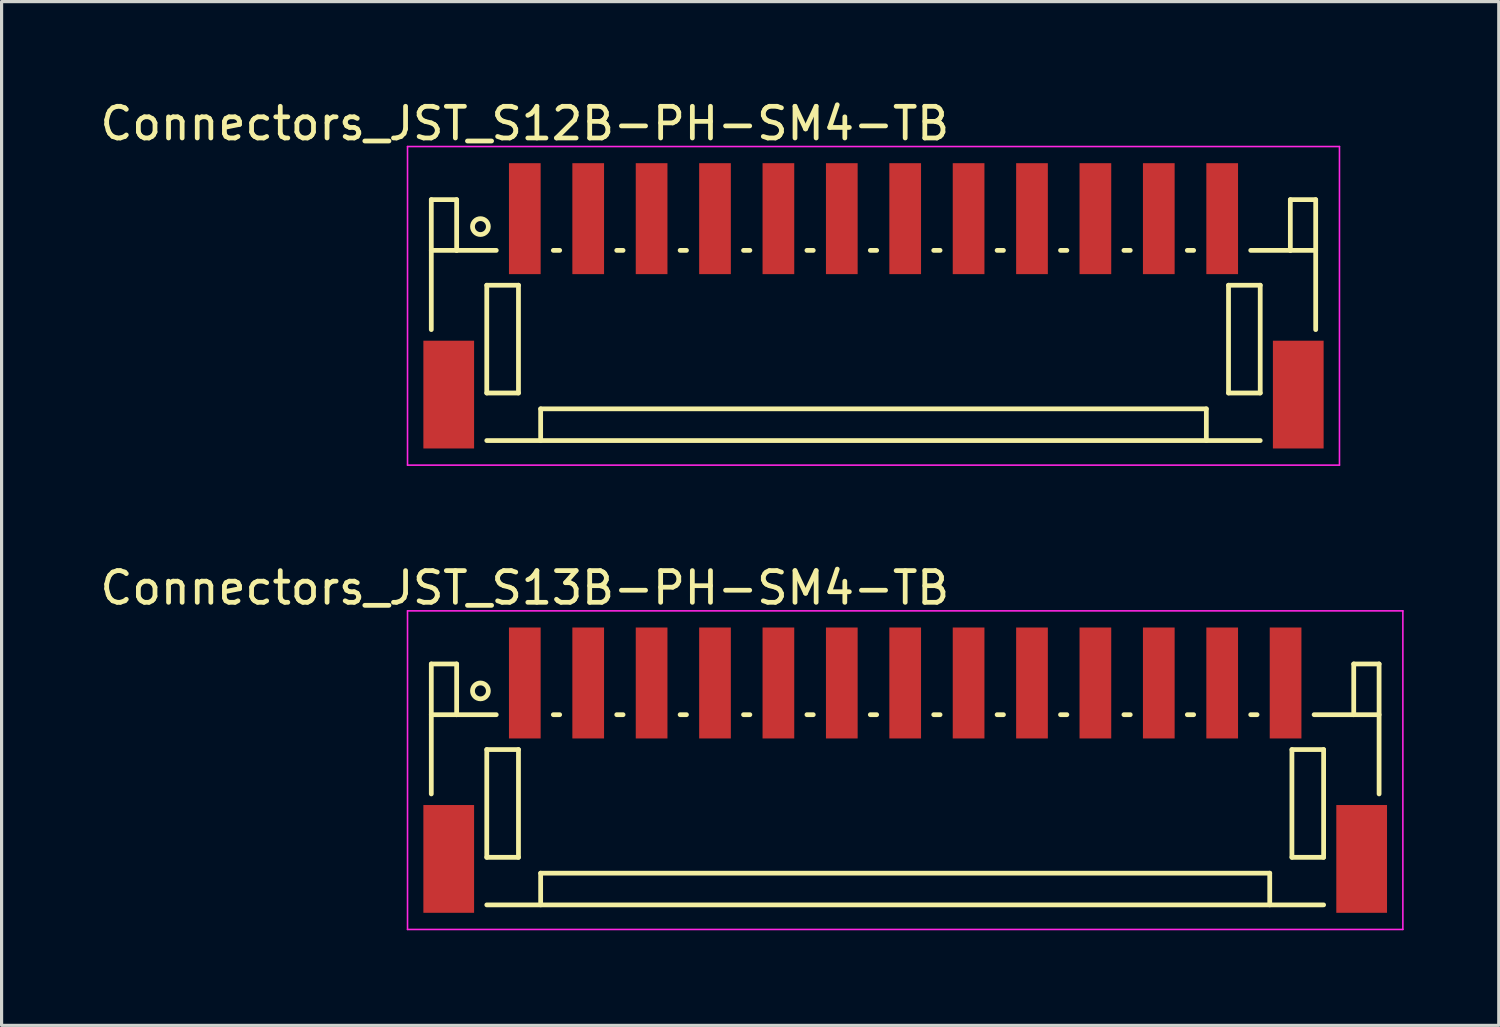
<source format=kicad_pcb>
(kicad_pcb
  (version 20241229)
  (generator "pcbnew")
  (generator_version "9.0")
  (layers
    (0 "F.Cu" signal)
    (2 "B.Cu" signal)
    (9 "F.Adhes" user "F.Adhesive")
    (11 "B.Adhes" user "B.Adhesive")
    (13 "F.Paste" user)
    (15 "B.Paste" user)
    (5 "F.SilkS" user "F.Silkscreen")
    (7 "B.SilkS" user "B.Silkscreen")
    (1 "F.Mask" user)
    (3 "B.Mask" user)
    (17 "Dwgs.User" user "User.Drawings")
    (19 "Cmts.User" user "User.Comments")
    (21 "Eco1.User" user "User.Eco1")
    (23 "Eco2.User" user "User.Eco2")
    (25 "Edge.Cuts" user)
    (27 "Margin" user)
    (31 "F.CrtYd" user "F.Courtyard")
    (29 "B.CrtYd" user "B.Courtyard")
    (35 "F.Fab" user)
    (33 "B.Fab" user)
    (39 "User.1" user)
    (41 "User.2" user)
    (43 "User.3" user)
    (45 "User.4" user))
  (footprint "Connectors_JST_S13B-PH-SM4-TB"
    (layer "F.Cu")
    (at 25.506 21.271)
    (property "Reference" "Connectors_JST_S13B-PH-SM4-TB" (at -12 -5.775 0) (layer "F.SilkS") (effects (font (size 1 1) (thickness 0.15))))
    (attr smd)
    (fp_line (start -14.95 -3.375) (end -14.95 0.725) (stroke (width 0.15) (type solid)) (layer "F.SilkS"))
    (fp_line (start -14.15 -3.375) (end -14.95 -3.375) (stroke (width 0.15) (type solid)) (layer "F.SilkS"))
    (fp_line (start -14.15 -1.775) (end -14.95 -1.775) (stroke (width 0.15) (type solid)) (layer "F.SilkS"))
    (fp_line (start -14.15 -1.775) (end -14.15 -3.375) (stroke (width 0.15) (type solid)) (layer "F.SilkS"))
    (fp_line (start -13.2 -0.675) (end -13.2 2.725) (stroke (width 0.15) (type solid)) (layer "F.SilkS"))
    (fp_line (start -13.2 2.725) (end -12.2 2.725) (stroke (width 0.15) (type solid)) (layer "F.SilkS"))
    (fp_line (start -13.2 4.225) (end 13.2 4.225) (stroke (width 0.15) (type solid)) (layer "F.SilkS"))
    (fp_line (start -12.9 -1.775) (end -14.15 -1.775) (stroke (width 0.15) (type solid)) (layer "F.SilkS"))
    (fp_line (start -12.2 -0.675) (end -13.2 -0.675) (stroke (width 0.15) (type solid)) (layer "F.SilkS"))
    (fp_line (start -12.2 2.725) (end -12.2 -0.675) (stroke (width 0.15) (type solid)) (layer "F.SilkS"))
    (fp_line (start -11.5 3.225) (end 11.5 3.225) (stroke (width 0.15) (type solid)) (layer "F.SilkS"))
    (fp_line (start -11.5 4.225) (end -11.5 3.225) (stroke (width 0.15) (type solid)) (layer "F.SilkS"))
    (fp_line (start -11.1 -1.775) (end -10.9 -1.775) (stroke (width 0.15) (type solid)) (layer "F.SilkS"))
    (fp_line (start -9.1 -1.775) (end -8.9 -1.775) (stroke (width 0.15) (type solid)) (layer "F.SilkS"))
    (fp_line (start -7.1 -1.775) (end -6.9 -1.775) (stroke (width 0.15) (type solid)) (layer "F.SilkS"))
    (fp_line (start -5.1 -1.775) (end -4.9 -1.775) (stroke (width 0.15) (type solid)) (layer "F.SilkS"))
    (fp_line (start -3.1 -1.775) (end -2.9 -1.775) (stroke (width 0.15) (type solid)) (layer "F.SilkS"))
    (fp_line (start -1.1 -1.775) (end -0.9 -1.775) (stroke (width 0.15) (type solid)) (layer "F.SilkS"))
    (fp_line (start 0.9 -1.775) (end 1.1 -1.775) (stroke (width 0.15) (type solid)) (layer "F.SilkS"))
    (fp_line (start 2.9 -1.775) (end 3.1 -1.775) (stroke (width 0.15) (type solid)) (layer "F.SilkS"))
    (fp_line (start 4.9 -1.775) (end 5.1 -1.775) (stroke (width 0.15) (type solid)) (layer "F.SilkS"))
    (fp_line (start 6.9 -1.775) (end 7.1 -1.775) (stroke (width 0.15) (type solid)) (layer "F.SilkS"))
    (fp_line (start 8.9 -1.775) (end 9.1 -1.775) (stroke (width 0.15) (type solid)) (layer "F.SilkS"))
    (fp_line (start 10.9 -1.775) (end 11.1 -1.775) (stroke (width 0.15) (type solid)) (layer "F.SilkS"))
    (fp_line (start 11.5 3.225) (end 11.5 4.225) (stroke (width 0.15) (type solid)) (layer "F.SilkS"))
    (fp_line (start 12.2 -0.675) (end 13.2 -0.675) (stroke (width 0.15) (type solid)) (layer "F.SilkS"))
    (fp_line (start 12.2 2.725) (end 12.2 -0.675) (stroke (width 0.15) (type solid)) (layer "F.SilkS"))
    (fp_line (start 12.9 -1.775) (end 14.15 -1.775) (stroke (width 0.15) (type solid)) (layer "F.SilkS"))
    (fp_line (start 13.2 -0.675) (end 13.2 2.725) (stroke (width 0.15) (type solid)) (layer "F.SilkS"))
    (fp_line (start 13.2 2.725) (end 12.2 2.725) (stroke (width 0.15) (type solid)) (layer "F.SilkS"))
    (fp_line (start 14.15 -3.375) (end 14.95 -3.375) (stroke (width 0.15) (type solid)) (layer "F.SilkS"))
    (fp_line (start 14.15 -1.775) (end 14.15 -3.375) (stroke (width 0.15) (type solid)) (layer "F.SilkS"))
    (fp_line (start 14.15 -1.775) (end 14.95 -1.775) (stroke (width 0.15) (type solid)) (layer "F.SilkS"))
    (fp_line (start 14.95 -3.375) (end 14.95 0.725) (stroke (width 0.15) (type solid)) (layer "F.SilkS"))
    (fp_circle (center -13.4 -2.525) (end -13.15 -2.525) (stroke (width 0.15) (type solid)) (fill no) (layer "F.SilkS"))
    (fp_line (start -15.7 -5.05) (end 15.7 -5.05) (stroke (width 0.05) (type solid)) (layer "F.CrtYd"))
    (fp_line (start -15.7 5) (end -15.7 -5.05) (stroke (width 0.05) (type solid)) (layer "F.CrtYd"))
    (fp_line (start 15.7 -5.05) (end 15.7 5) (stroke (width 0.05) (type solid)) (layer "F.CrtYd"))
    (fp_line (start 15.7 5) (end -15.7 5) (stroke (width 0.05) (type solid)) (layer "F.CrtYd"))
    (pad "" smd rect (at -14.4 2.775) (size 1.6 3.4) (layers "F.Cu" "F.Mask" "F.Paste"))
    (pad "" smd rect (at 14.4 2.775) (size 1.6 3.4) (layers "F.Cu" "F.Mask" "F.Paste"))
    (pad "1" smd rect (at -12 -2.775) (size 1 3.5) (layers "F.Cu" "F.Mask" "F.Paste"))
    (pad "2" smd rect (at -10 -2.775) (size 1 3.5) (layers "F.Cu" "F.Mask" "F.Paste"))
    (pad "3" smd rect (at -8 -2.775) (size 1 3.5) (layers "F.Cu" "F.Mask" "F.Paste"))
    (pad "4" smd rect (at -6 -2.775) (size 1 3.5) (layers "F.Cu" "F.Mask" "F.Paste"))
    (pad "5" smd rect (at -4 -2.775) (size 1 3.5) (layers "F.Cu" "F.Mask" "F.Paste"))
    (pad "6" smd rect (at -2 -2.775) (size 1 3.5) (layers "F.Cu" "F.Mask" "F.Paste"))
    (pad "7" smd rect (at 0 -2.775) (size 1 3.5) (layers "F.Cu" "F.Mask" "F.Paste"))
    (pad "8" smd rect (at 2 -2.775) (size 1 3.5) (layers "F.Cu" "F.Mask" "F.Paste"))
    (pad "9" smd rect (at 4 -2.775) (size 1 3.5) (layers "F.Cu" "F.Mask" "F.Paste"))
    (pad "10" smd rect (at 6 -2.775) (size 1 3.5) (layers "F.Cu" "F.Mask" "F.Paste"))
    (pad "11" smd rect (at 8 -2.775) (size 1 3.5) (layers "F.Cu" "F.Mask" "F.Paste"))
    (pad "12" smd rect (at 10 -2.775) (size 1 3.5) (layers "F.Cu" "F.Mask" "F.Paste"))
    (pad "13" smd rect (at 12 -2.775) (size 1 3.5) (layers "F.Cu" "F.Mask" "F.Paste")))
  (footprint "Connectors_JST_S12B-PH-SM4-TB"
    (layer "F.Cu")
    (at 24.506 6.623)
    (property "Reference" "Connectors_JST_S12B-PH-SM4-TB" (at -11 -5.775 0) (layer "F.SilkS") (effects (font (size 1 1) (thickness 0.15))))
    (attr smd)
    (fp_line (start -13.95 -3.375) (end -13.95 0.725) (stroke (width 0.15) (type solid)) (layer "F.SilkS"))
    (fp_line (start -13.15 -3.375) (end -13.95 -3.375) (stroke (width 0.15) (type solid)) (layer "F.SilkS"))
    (fp_line (start -13.15 -1.775) (end -13.95 -1.775) (stroke (width 0.15) (type solid)) (layer "F.SilkS"))
    (fp_line (start -13.15 -1.775) (end -13.15 -3.375) (stroke (width 0.15) (type solid)) (layer "F.SilkS"))
    (fp_line (start -12.2 -0.675) (end -12.2 2.725) (stroke (width 0.15) (type solid)) (layer "F.SilkS"))
    (fp_line (start -12.2 2.725) (end -11.2 2.725) (stroke (width 0.15) (type solid)) (layer "F.SilkS"))
    (fp_line (start -12.2 4.225) (end 12.2 4.225) (stroke (width 0.15) (type solid)) (layer "F.SilkS"))
    (fp_line (start -11.9 -1.775) (end -13.15 -1.775) (stroke (width 0.15) (type solid)) (layer "F.SilkS"))
    (fp_line (start -11.2 -0.675) (end -12.2 -0.675) (stroke (width 0.15) (type solid)) (layer "F.SilkS"))
    (fp_line (start -11.2 2.725) (end -11.2 -0.675) (stroke (width 0.15) (type solid)) (layer "F.SilkS"))
    (fp_line (start -10.5 3.225) (end 10.5 3.225) (stroke (width 0.15) (type solid)) (layer "F.SilkS"))
    (fp_line (start -10.5 4.225) (end -10.5 3.225) (stroke (width 0.15) (type solid)) (layer "F.SilkS"))
    (fp_line (start -10.1 -1.775) (end -9.9 -1.775) (stroke (width 0.15) (type solid)) (layer "F.SilkS"))
    (fp_line (start -8.1 -1.775) (end -7.9 -1.775) (stroke (width 0.15) (type solid)) (layer "F.SilkS"))
    (fp_line (start -6.1 -1.775) (end -5.9 -1.775) (stroke (width 0.15) (type solid)) (layer "F.SilkS"))
    (fp_line (start -4.1 -1.775) (end -3.9 -1.775) (stroke (width 0.15) (type solid)) (layer "F.SilkS"))
    (fp_line (start -2.1 -1.775) (end -1.9 -1.775) (stroke (width 0.15) (type solid)) (layer "F.SilkS"))
    (fp_line (start -0.1 -1.775) (end 0.1 -1.775) (stroke (width 0.15) (type solid)) (layer "F.SilkS"))
    (fp_line (start 1.9 -1.775) (end 2.1 -1.775) (stroke (width 0.15) (type solid)) (layer "F.SilkS"))
    (fp_line (start 3.9 -1.775) (end 4.1 -1.775) (stroke (width 0.15) (type solid)) (layer "F.SilkS"))
    (fp_line (start 5.9 -1.775) (end 6.1 -1.775) (stroke (width 0.15) (type solid)) (layer "F.SilkS"))
    (fp_line (start 7.9 -1.775) (end 8.1 -1.775) (stroke (width 0.15) (type solid)) (layer "F.SilkS"))
    (fp_line (start 9.9 -1.775) (end 10.1 -1.775) (stroke (width 0.15) (type solid)) (layer "F.SilkS"))
    (fp_line (start 10.5 3.225) (end 10.5 4.225) (stroke (width 0.15) (type solid)) (layer "F.SilkS"))
    (fp_line (start 11.2 -0.675) (end 12.2 -0.675) (stroke (width 0.15) (type solid)) (layer "F.SilkS"))
    (fp_line (start 11.2 2.725) (end 11.2 -0.675) (stroke (width 0.15) (type solid)) (layer "F.SilkS"))
    (fp_line (start 11.9 -1.775) (end 13.15 -1.775) (stroke (width 0.15) (type solid)) (layer "F.SilkS"))
    (fp_line (start 12.2 -0.675) (end 12.2 2.725) (stroke (width 0.15) (type solid)) (layer "F.SilkS"))
    (fp_line (start 12.2 2.725) (end 11.2 2.725) (stroke (width 0.15) (type solid)) (layer "F.SilkS"))
    (fp_line (start 13.15 -3.375) (end 13.95 -3.375) (stroke (width 0.15) (type solid)) (layer "F.SilkS"))
    (fp_line (start 13.15 -1.775) (end 13.15 -3.375) (stroke (width 0.15) (type solid)) (layer "F.SilkS"))
    (fp_line (start 13.15 -1.775) (end 13.95 -1.775) (stroke (width 0.15) (type solid)) (layer "F.SilkS"))
    (fp_line (start 13.95 -3.375) (end 13.95 0.725) (stroke (width 0.15) (type solid)) (layer "F.SilkS"))
    (fp_circle (center -12.4 -2.525) (end -12.15 -2.525) (stroke (width 0.15) (type solid)) (fill no) (layer "F.SilkS"))
    (fp_line (start -14.7 -5.05) (end 14.7 -5.05) (stroke (width 0.05) (type solid)) (layer "F.CrtYd"))
    (fp_line (start -14.7 5) (end -14.7 -5.05) (stroke (width 0.05) (type solid)) (layer "F.CrtYd"))
    (fp_line (start 14.7 -5.05) (end 14.7 5) (stroke (width 0.05) (type solid)) (layer "F.CrtYd"))
    (fp_line (start 14.7 5) (end -14.7 5) (stroke (width 0.05) (type solid)) (layer "F.CrtYd"))
    (pad "" smd rect (at -13.4 2.775) (size 1.6 3.4) (layers "F.Cu" "F.Mask" "F.Paste"))
    (pad "" smd rect (at 13.4 2.775) (size 1.6 3.4) (layers "F.Cu" "F.Mask" "F.Paste"))
    (pad "1" smd rect (at -11 -2.775) (size 1 3.5) (layers "F.Cu" "F.Mask" "F.Paste"))
    (pad "2" smd rect (at -9 -2.775) (size 1 3.5) (layers "F.Cu" "F.Mask" "F.Paste"))
    (pad "3" smd rect (at -7 -2.775) (size 1 3.5) (layers "F.Cu" "F.Mask" "F.Paste"))
    (pad "4" smd rect (at -5 -2.775) (size 1 3.5) (layers "F.Cu" "F.Mask" "F.Paste"))
    (pad "5" smd rect (at -3 -2.775) (size 1 3.5) (layers "F.Cu" "F.Mask" "F.Paste"))
    (pad "6" smd rect (at -1 -2.775) (size 1 3.5) (layers "F.Cu" "F.Mask" "F.Paste"))
    (pad "7" smd rect (at 1 -2.775) (size 1 3.5) (layers "F.Cu" "F.Mask" "F.Paste"))
    (pad "8" smd rect (at 3 -2.775) (size 1 3.5) (layers "F.Cu" "F.Mask" "F.Paste"))
    (pad "9" smd rect (at 5 -2.775) (size 1 3.5) (layers "F.Cu" "F.Mask" "F.Paste"))
    (pad "10" smd rect (at 7 -2.775) (size 1 3.5) (layers "F.Cu" "F.Mask" "F.Paste"))
    (pad "11" smd rect (at 9 -2.775) (size 1 3.5) (layers "F.Cu" "F.Mask" "F.Paste"))
    (pad "12" smd rect (at 11 -2.775) (size 1 3.5) (layers "F.Cu" "F.Mask" "F.Paste")))
  (gr_rect
    (start -3 -3)
    (end 44.231 29.297)
    (stroke (width 0.1) (type default))
    (fill no)
    (layer "Edge.Cuts")))
</source>
